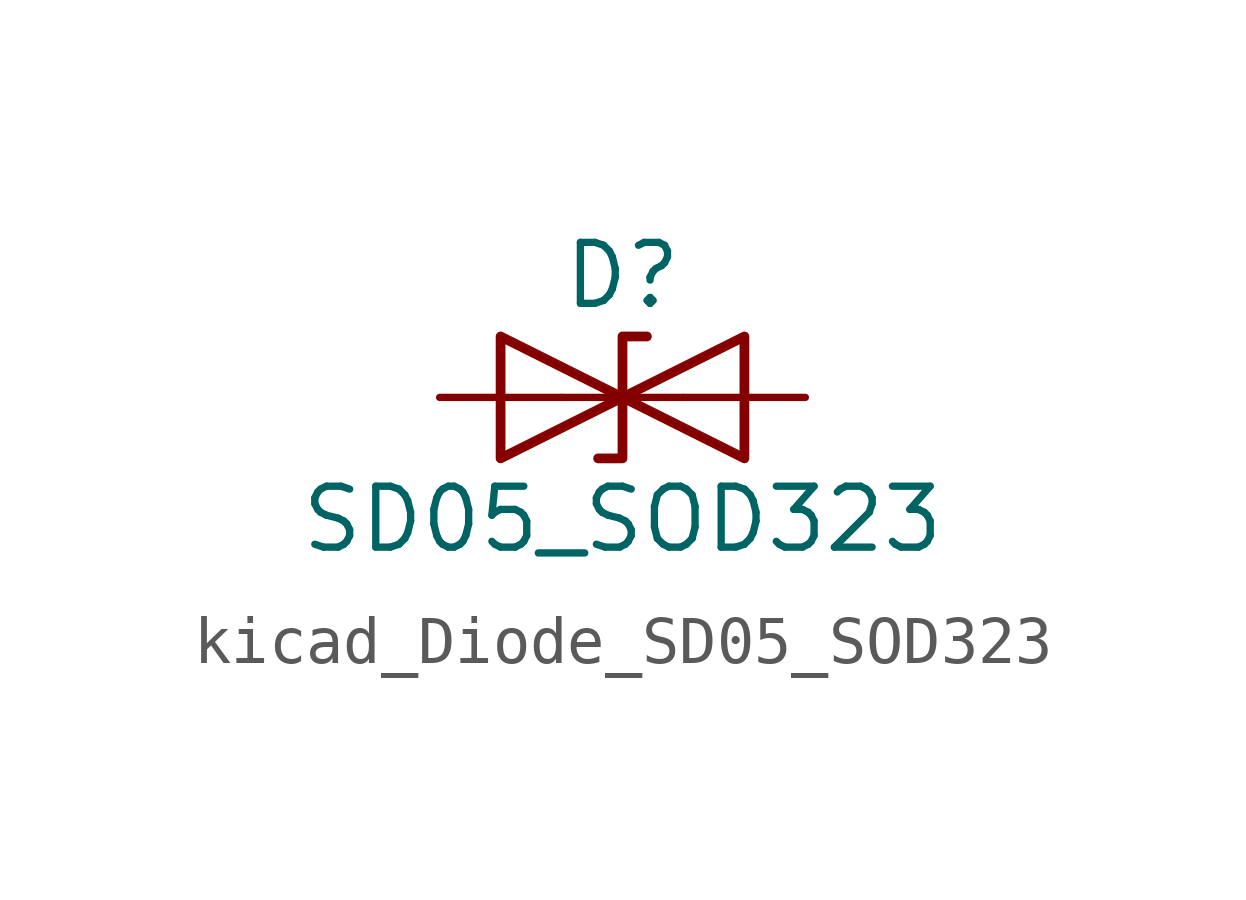
<source format=kicad_sym>
(kicad_symbol_lib
  (version 20220914)
  (generator kicad_symbol_editor)
  (symbol "kicad_Diode_SD05_SOD323"
    (pin_numbers hide)
    (pin_names
      (offset 1.016) hide)
    (property "Reference" "D"
      (at 0 2.54 0)
      (effects (font (size 1.27 1.27))))
    (property "Value" "SD05_SOD323"
      (at 0 -2.54 0)
      (effects (font (size 1.27 1.27))))
    (symbol "kicad_Diode_SD05_SOD323_0_1"
      (polyline (pts (xy 1.27 0) (xy -1.27 0)) (stroke (width 0) (type default)) (fill (type none)))
      (polyline (pts (xy -2.54 -1.27) (xy 0 0) (xy -2.54 1.27) (xy -2.54 -1.27)) (stroke (width 0.203) (type default)) (fill (type none)))
      (polyline (pts (xy 0.508 1.27) (xy 0 1.27) (xy 0 -1.27) (xy -0.508 -1.27)) (stroke (width 0.203) (type default)) (fill (type none)))
      (polyline (pts (xy 2.54 1.27) (xy 2.54 -1.27) (xy 0 0) (xy 2.54 1.27)) (stroke (width 0.203) (type default)) (fill (type none))))
    (symbol "kicad_Diode_SD05_SOD323_1_1"
      (pin passive line (at -3.81 0 0) (length 2.54) (name "A1" (effects (font (size 1.27 1.27)))) (number "1" (effects (font (size 1.27 1.27)))))
      (pin passive line (at 3.81 0 180) (length 2.54) (name "A2" (effects (font (size 1.27 1.27)))) (number "2" (effects (font (size 1.27 1.27))))))))
</source>
